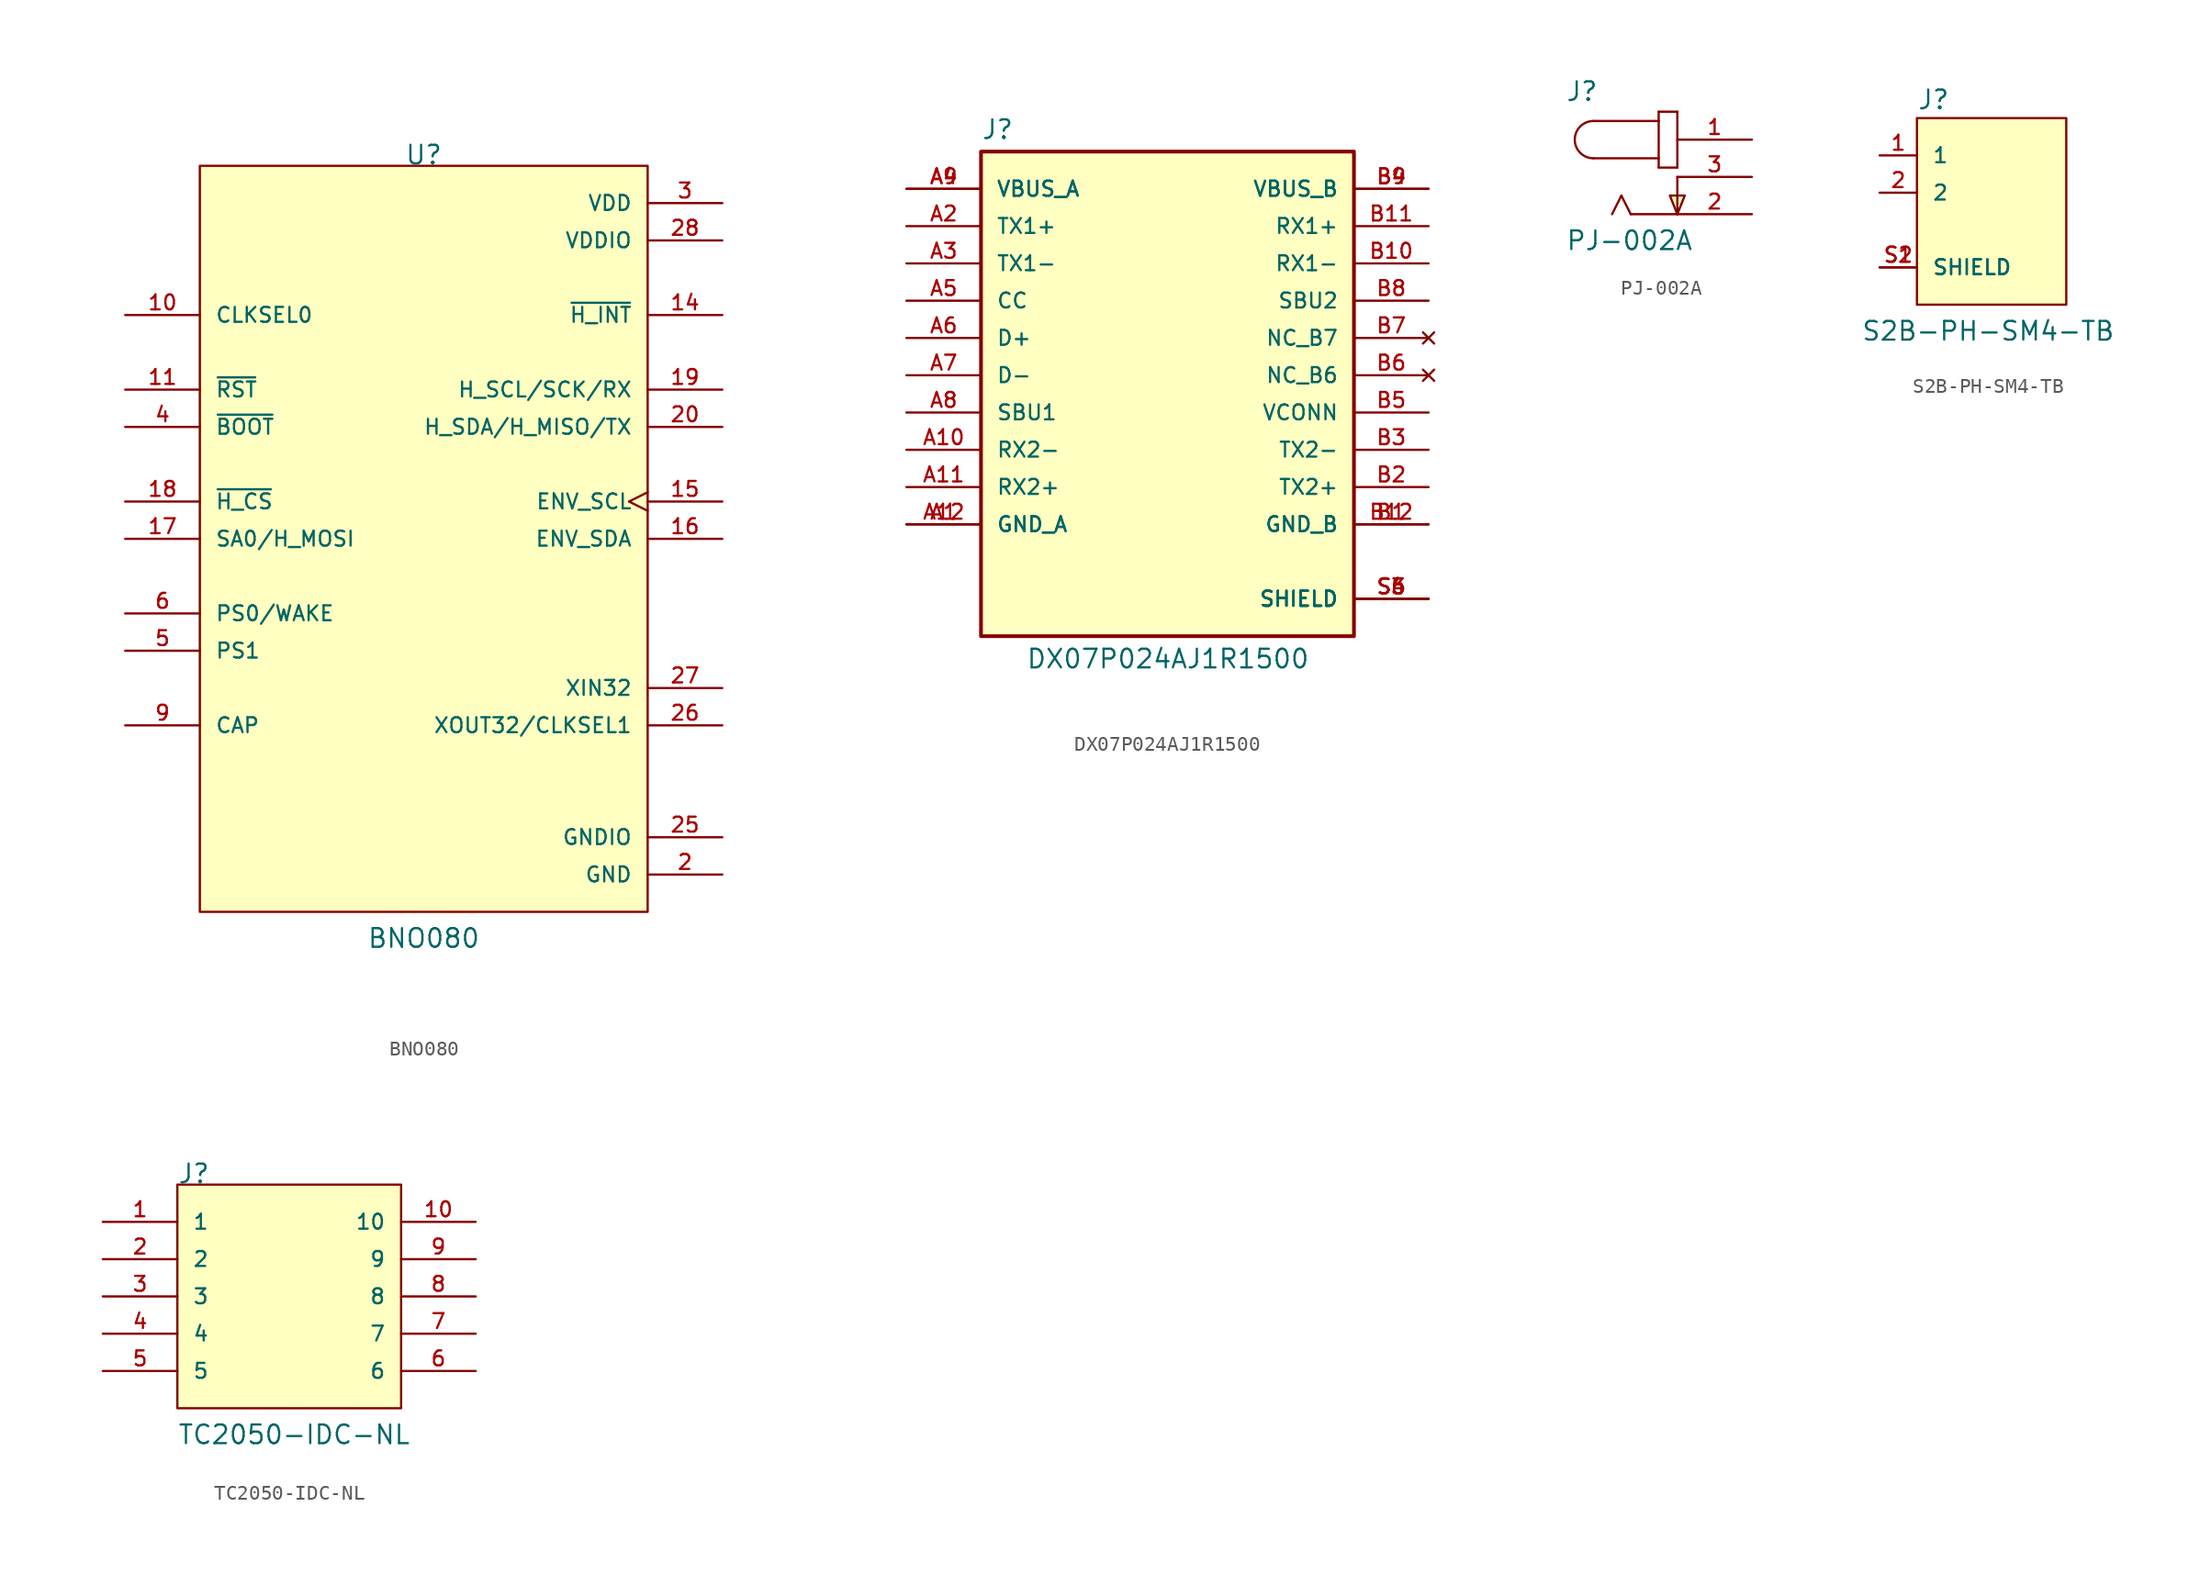
<source format=kicad_sym>
(kicad_symbol_lib
  (version 20211014)
  (generator kicad_symbol_editor)
  (symbol "BNO080"
    (pin_names
      (offset 1.016))
    (property "Reference" "U"
      (at 0 25.4 0)
      (effects (font (size 1.27 1.27)) (justify bottom)))
    (property "Value" "BNO080"
      (at 0 -27.94 0)
      (effects (font (size 1.27 1.27)) (justify bottom)))
    (symbol "BNO080_0_0"
      (rectangle (start -15.24 25.4) (end 15.24 -25.4) (stroke (width 0.152) (type default) (color 0 0 0 0)) (fill (type background)))
      (pin input line (at -20.32 15.24 0) (length 5.08) (name "CLKSEL0" (effects (font (size 1.016 1.016)))) (number "10" (effects (font (size 1.016 1.016)))))
      (pin input line (at -20.32 10.16 0) (length 5.08) (name "~{RST}" (effects (font (size 1.016 1.016)))) (number "11" (effects (font (size 1.016 1.016)))))
      (pin output line (at 20.32 15.24 180) (length 5.08) (name "~{H_INT}" (effects (font (size 1.016 1.016)))) (number "14" (effects (font (size 1.016 1.016)))))
      (pin bidirectional clock (at 20.32 2.54 180) (length 5.08) (name "ENV_SCL" (effects (font (size 1.016 1.016)))) (number "15" (effects (font (size 1.016 1.016)))))
      (pin bidirectional line (at 20.32 0 180) (length 5.08) (name "ENV_SDA" (effects (font (size 1.016 1.016)))) (number "16" (effects (font (size 1.016 1.016)))))
      (pin input line (at -20.32 0 0) (length 5.08) (name "SA0/H_MOSI" (effects (font (size 1.016 1.016)))) (number "17" (effects (font (size 1.016 1.016)))))
      (pin input line (at -20.32 2.54 0) (length 5.08) (name "~{H_CS}" (effects (font (size 1.016 1.016)))) (number "18" (effects (font (size 1.016 1.016)))))
      (pin bidirectional line (at 20.32 10.16 180) (length 5.08) (name "H_SCL/SCK/RX" (effects (font (size 1.016 1.016)))) (number "19" (effects (font (size 1.016 1.016)))))
      (pin power_in line (at 20.32 -22.86 180) (length 5.08) (name "GND" (effects (font (size 1.016 1.016)))) (number "2" (effects (font (size 1.016 1.016)))))
      (pin bidirectional line (at 20.32 7.62 180) (length 5.08) (name "H_SDA/H_MISO/TX" (effects (font (size 1.016 1.016)))) (number "20" (effects (font (size 1.016 1.016)))))
      (pin power_in line (at 20.32 -20.32 180) (length 5.08) (name "GNDIO" (effects (font (size 1.016 1.016)))) (number "25" (effects (font (size 1.016 1.016)))))
      (pin output line (at 20.32 -12.7 180) (length 5.08) (name "XOUT32/CLKSEL1" (effects (font (size 1.016 1.016)))) (number "26" (effects (font (size 1.016 1.016)))))
      (pin input line (at 20.32 -10.16 180) (length 5.08) (name "XIN32" (effects (font (size 1.016 1.016)))) (number "27" (effects (font (size 1.016 1.016)))))
      (pin power_in line (at 20.32 20.32 180) (length 5.08) (name "VDDIO" (effects (font (size 1.016 1.016)))) (number "28" (effects (font (size 1.016 1.016)))))
      (pin power_in line (at 20.32 22.86 180) (length 5.08) (name "VDD" (effects (font (size 1.016 1.016)))) (number "3" (effects (font (size 1.016 1.016)))))
      (pin input line (at -20.32 7.62 0) (length 5.08) (name "~{BOOT}" (effects (font (size 1.016 1.016)))) (number "4" (effects (font (size 1.016 1.016)))))
      (pin input line (at -20.32 -7.62 0) (length 5.08) (name "PS1" (effects (font (size 1.016 1.016)))) (number "5" (effects (font (size 1.016 1.016)))))
      (pin input line (at -20.32 -5.08 0) (length 5.08) (name "PS0/WAKE" (effects (font (size 1.016 1.016)))) (number "6" (effects (font (size 1.016 1.016)))))
      (pin passive line (at -20.32 -12.7 0) (length 5.08) (name "CAP" (effects (font (size 1.016 1.016)))) (number "9" (effects (font (size 1.016 1.016)))))))
  (symbol "DX07P024AJ1R1500"
    (pin_names
      (offset 1.016))
    (property "Reference" "J"
      (at -12.7 16.002 0)
      (effects (font (size 1.27 1.27)) (justify left bottom)))
    (property "Value" "DX07P024AJ1R1500"
      (at -9.652 -20.066 0)
      (effects (font (size 1.27 1.27)) (justify left bottom)))
    (symbol "DX07P024AJ1R1500_0_0"
      (rectangle (start -12.7 -17.78) (end 12.7 15.24) (stroke (width 0.254) (type default) (color 0 0 0 0)) (fill (type background)))
      (pin power_in line (at -17.78 -10.16 0) (length 5.08) (name "GND_A" (effects (font (size 1.016 1.016)))) (number "A1" (effects (font (size 1.016 1.016)))))
      (pin bidirectional line (at -17.78 -5.08 0) (length 5.08) (name "RX2-" (effects (font (size 1.016 1.016)))) (number "A10" (effects (font (size 1.016 1.016)))))
      (pin bidirectional line (at -17.78 -7.62 0) (length 5.08) (name "RX2+" (effects (font (size 1.016 1.016)))) (number "A11" (effects (font (size 1.016 1.016)))))
      (pin power_in line (at -17.78 -10.16 0) (length 5.08) (name "GND_A" (effects (font (size 1.016 1.016)))) (number "A12" (effects (font (size 1.016 1.016)))))
      (pin bidirectional line (at -17.78 10.16 0) (length 5.08) (name "TX1+" (effects (font (size 1.016 1.016)))) (number "A2" (effects (font (size 1.016 1.016)))))
      (pin bidirectional line (at -17.78 7.62 0) (length 5.08) (name "TX1-" (effects (font (size 1.016 1.016)))) (number "A3" (effects (font (size 1.016 1.016)))))
      (pin power_in line (at -17.78 12.7 0) (length 5.08) (name "VBUS_A" (effects (font (size 1.016 1.016)))) (number "A4" (effects (font (size 1.016 1.016)))))
      (pin bidirectional line (at -17.78 5.08 0) (length 5.08) (name "CC" (effects (font (size 1.016 1.016)))) (number "A5" (effects (font (size 1.016 1.016)))))
      (pin bidirectional line (at -17.78 2.54 0) (length 5.08) (name "D+" (effects (font (size 1.016 1.016)))) (number "A6" (effects (font (size 1.016 1.016)))))
      (pin bidirectional line (at -17.78 0 0) (length 5.08) (name "D-" (effects (font (size 1.016 1.016)))) (number "A7" (effects (font (size 1.016 1.016)))))
      (pin bidirectional line (at -17.78 -2.54 0) (length 5.08) (name "SBU1" (effects (font (size 1.016 1.016)))) (number "A8" (effects (font (size 1.016 1.016)))))
      (pin power_in line (at -17.78 12.7 0) (length 5.08) (name "VBUS_A" (effects (font (size 1.016 1.016)))) (number "A9" (effects (font (size 1.016 1.016)))))
      (pin power_in line (at 17.78 -10.16 180) (length 5.08) (name "GND_B" (effects (font (size 1.016 1.016)))) (number "B1" (effects (font (size 1.016 1.016)))))
      (pin bidirectional line (at 17.78 7.62 180) (length 5.08) (name "RX1-" (effects (font (size 1.016 1.016)))) (number "B10" (effects (font (size 1.016 1.016)))))
      (pin bidirectional line (at 17.78 10.16 180) (length 5.08) (name "RX1+" (effects (font (size 1.016 1.016)))) (number "B11" (effects (font (size 1.016 1.016)))))
      (pin power_in line (at 17.78 -10.16 180) (length 5.08) (name "GND_B" (effects (font (size 1.016 1.016)))) (number "B12" (effects (font (size 1.016 1.016)))))
      (pin bidirectional line (at 17.78 -7.62 180) (length 5.08) (name "TX2+" (effects (font (size 1.016 1.016)))) (number "B2" (effects (font (size 1.016 1.016)))))
      (pin bidirectional line (at 17.78 -5.08 180) (length 5.08) (name "TX2-" (effects (font (size 1.016 1.016)))) (number "B3" (effects (font (size 1.016 1.016)))))
      (pin power_in line (at 17.78 12.7 180) (length 5.08) (name "VBUS_B" (effects (font (size 1.016 1.016)))) (number "B4" (effects (font (size 1.016 1.016)))))
      (pin bidirectional line (at 17.78 -2.54 180) (length 5.08) (name "VCONN" (effects (font (size 1.016 1.016)))) (number "B5" (effects (font (size 1.016 1.016)))))
      (pin no_connect line (at 17.78 0 180) (length 5.08) (name "NC_B6" (effects (font (size 1.016 1.016)))) (number "B6" (effects (font (size 1.016 1.016)))))
      (pin no_connect line (at 17.78 2.54 180) (length 5.08) (name "NC_B7" (effects (font (size 1.016 1.016)))) (number "B7" (effects (font (size 1.016 1.016)))))
      (pin bidirectional line (at 17.78 5.08 180) (length 5.08) (name "SBU2" (effects (font (size 1.016 1.016)))) (number "B8" (effects (font (size 1.016 1.016)))))
      (pin power_in line (at 17.78 12.7 180) (length 5.08) (name "VBUS_B" (effects (font (size 1.016 1.016)))) (number "B9" (effects (font (size 1.016 1.016)))))
      (pin passive line (at 17.78 -15.24 180) (length 5.08) (name "SHIELD" (effects (font (size 1.016 1.016)))) (number "S3" (effects (font (size 1.016 1.016)))))
      (pin passive line (at 17.78 -15.24 180) (length 5.08) (name "SHIELD" (effects (font (size 1.016 1.016)))) (number "S4" (effects (font (size 1.016 1.016)))))
      (pin passive line (at 17.78 -15.24 180) (length 5.08) (name "SHIELD" (effects (font (size 1.016 1.016)))) (number "S5" (effects (font (size 1.016 1.016)))))
      (pin passive line (at 17.78 -15.24 180) (length 5.08) (name "SHIELD" (effects (font (size 1.016 1.016)))) (number "S6" (effects (font (size 1.016 1.016)))))))
  (symbol "PJ-002A"
    (pin_names
      (offset 1.016) hide)
    (property "Reference" "J"
      (at -7.62 5.08 0)
      (effects (font (size 1.27 1.27)) (justify left bottom)))
    (property "Value" "PJ-002A"
      (at -7.62 -5.08 0)
      (effects (font (size 1.27 1.27)) (justify left bottom)))
    (symbol "PJ-002A_0_0"
      (arc (start -5.715 3.81) (mid -6.985 2.54) (end -5.715 1.27) (stroke (width 0.1524) (type default) (color 0 0 0 0)) (fill (type none)))
      (polyline (pts (xy -5.715 3.81) (xy -1.27 3.81)) (stroke (width 0.152) (type default) (color 0 0 0 0)) (fill (type none)))
      (polyline (pts (xy -3.81 -1.27) (xy -4.445 -2.54)) (stroke (width 0.152) (type default) (color 0 0 0 0)) (fill (type none)))
      (polyline (pts (xy -3.175 -2.54) (xy -3.81 -1.27)) (stroke (width 0.152) (type default) (color 0 0 0 0)) (fill (type none)))
      (polyline (pts (xy -1.27 0.635) (xy 0 0.635)) (stroke (width 0.152) (type default) (color 0 0 0 0)) (fill (type none)))
      (polyline (pts (xy -1.27 1.27) (xy -5.715 1.27)) (stroke (width 0.152) (type default) (color 0 0 0 0)) (fill (type none)))
      (polyline (pts (xy -1.27 1.27) (xy -1.27 0.635)) (stroke (width 0.152) (type default) (color 0 0 0 0)) (fill (type none)))
      (polyline (pts (xy -1.27 3.81) (xy -1.27 1.27)) (stroke (width 0.152) (type default) (color 0 0 0 0)) (fill (type none)))
      (polyline (pts (xy -1.27 4.445) (xy -1.27 3.81)) (stroke (width 0.152) (type default) (color 0 0 0 0)) (fill (type none)))
      (polyline (pts (xy 0 -2.54) (xy -3.175 -2.54)) (stroke (width 0.152) (type default) (color 0 0 0 0)) (fill (type none)))
      (polyline (pts (xy 0 0) (xy 0 -2.54)) (stroke (width 0.152) (type default) (color 0 0 0 0)) (fill (type none)))
      (polyline (pts (xy 0 0.635) (xy 0 4.445)) (stroke (width 0.152) (type default) (color 0 0 0 0)) (fill (type none)))
      (polyline (pts (xy 0 4.445) (xy -1.27 4.445)) (stroke (width 0.152) (type default) (color 0 0 0 0)) (fill (type none)))
      (polyline (pts (xy 0 -2.54) (xy -0.508 -1.27) (xy 0.508 -1.27) (xy 0 -2.54)) (stroke (width 0.152) (type default) (color 0 0 0 0)) (fill (type background)))
      (pin power_in line (at 5.08 2.54 180) (length 5.08) (name "~" (effects (font (size 1.016 1.016)))) (number "1" (effects (font (size 1.016 1.016)))))
      (pin power_in line (at 5.08 -2.54 180) (length 5.08) (name "~" (effects (font (size 1.016 1.016)))) (number "2" (effects (font (size 1.016 1.016)))))
      (pin power_in line (at 5.08 0 180) (length 5.08) (name "~" (effects (font (size 1.016 1.016)))) (number "3" (effects (font (size 1.016 1.016)))))))
  (symbol "S2B-PH-SM4-TB"
    (pin_names
      (offset 1.016))
    (property "Reference" "J"
      (at -5.08 6.858 0)
      (effects (font (size 1.27 1.27)) (justify left bottom)))
    (property "Value" "S2B-PH-SM4-TB"
      (at -8.89 -8.89 0)
      (effects (font (size 1.27 1.27)) (justify left bottom)))
    (symbol "S2B-PH-SM4-TB_0_0"
      (rectangle (start -5.08 -6.35) (end 5.08 6.35) (stroke (width 0.152) (type default) (color 0 0 0 0)) (fill (type background)))
      (pin passive line (at -7.62 3.81 0) (length 2.54) (name "1" (effects (font (size 1.016 1.016)))) (number "1" (effects (font (size 1.016 1.016)))))
      (pin passive line (at -7.62 1.27 0) (length 2.54) (name "2" (effects (font (size 1.016 1.016)))) (number "2" (effects (font (size 1.016 1.016)))))
      (pin passive line (at -7.62 -3.81 0) (length 2.54) (name "SHIELD" (effects (font (size 1.016 1.016)))) (number "S1" (effects (font (size 1.016 1.016)))))
      (pin passive line (at -7.62 -3.81 0) (length 2.54) (name "SHIELD" (effects (font (size 1.016 1.016)))) (number "S2" (effects (font (size 1.016 1.016)))))))
  (symbol "TC2050-IDC-NL"
    (pin_names
      (offset 1.016))
    (property "Reference" "J"
      (at -7.62 7.62 0)
      (effects (font (size 1.27 1.27)) (justify left bottom)))
    (property "Value" "TC2050-IDC-NL"
      (at -7.62 -10.16 0)
      (effects (font (size 1.27 1.27)) (justify left bottom)))
    (symbol "TC2050-IDC-NL_0_0"
      (rectangle (start -7.62 -7.62) (end 7.62 7.62) (stroke (width 0.152) (type default) (color 0 0 0 0)) (fill (type background)))
      (pin passive line (at -12.7 5.08 0) (length 5.08) (name "1" (effects (font (size 1.016 1.016)))) (number "1" (effects (font (size 1.016 1.016)))))
      (pin passive line (at 12.7 5.08 180) (length 5.08) (name "10" (effects (font (size 1.016 1.016)))) (number "10" (effects (font (size 1.016 1.016)))))
      (pin passive line (at -12.7 2.54 0) (length 5.08) (name "2" (effects (font (size 1.016 1.016)))) (number "2" (effects (font (size 1.016 1.016)))))
      (pin passive line (at -12.7 0 0) (length 5.08) (name "3" (effects (font (size 1.016 1.016)))) (number "3" (effects (font (size 1.016 1.016)))))
      (pin passive line (at -12.7 -2.54 0) (length 5.08) (name "4" (effects (font (size 1.016 1.016)))) (number "4" (effects (font (size 1.016 1.016)))))
      (pin passive line (at -12.7 -5.08 0) (length 5.08) (name "5" (effects (font (size 1.016 1.016)))) (number "5" (effects (font (size 1.016 1.016)))))
      (pin passive line (at 12.7 -5.08 180) (length 5.08) (name "6" (effects (font (size 1.016 1.016)))) (number "6" (effects (font (size 1.016 1.016)))))
      (pin passive line (at 12.7 -2.54 180) (length 5.08) (name "7" (effects (font (size 1.016 1.016)))) (number "7" (effects (font (size 1.016 1.016)))))
      (pin passive line (at 12.7 0 180) (length 5.08) (name "8" (effects (font (size 1.016 1.016)))) (number "8" (effects (font (size 1.016 1.016)))))
      (pin passive line (at 12.7 2.54 180) (length 5.08) (name "9" (effects (font (size 1.016 1.016)))) (number "9" (effects (font (size 1.016 1.016))))))))
</source>
